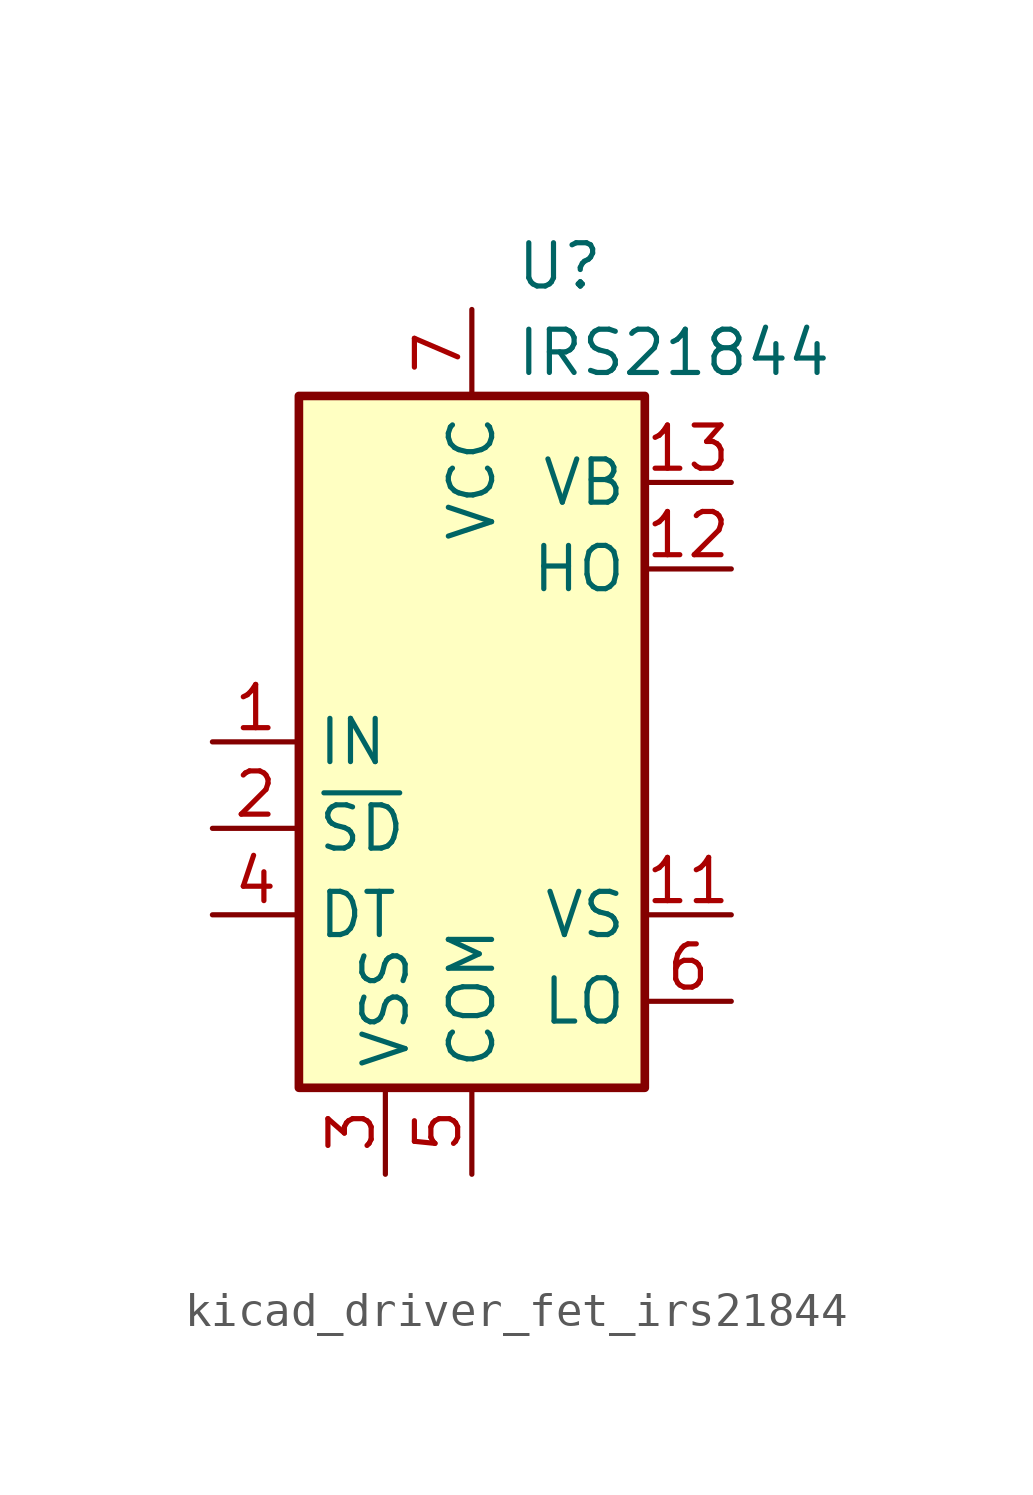
<source format=kicad_sym>
(kicad_symbol_lib
  (version 20220914)
  (generator kicad_symbol_editor)
  (symbol "kicad_driver_fet_irs21844"
    (property "Reference" "U"
      (at 1.27 13.97 0)
      (effects (font (size 1.27 1.27)) (justify left)))
    (property "Value" "IRS21844"
      (at 1.27 11.43 0)
      (effects (font (size 1.27 1.27)) (justify left)))
    (symbol "kicad_driver_fet_irs21844_0_1"
      (rectangle (start -5.08 -10.16) (end 5.08 10.16) (stroke (width 0.254) (type default)) (fill (type background))))
    (symbol "kicad_driver_fet_irs21844_1_1"
      (pin input line (at -7.62 0 0) (length 2.54) (name "IN" (effects (font (size 1.27 1.27)))) (number "1" (effects (font (size 1.27 1.27)))))
      (pin no_connect line (at -5.08 2.54 0) (length 2.54) hide (name "NC" (effects (font (size 1.27 1.27)))) (number "10" (effects (font (size 1.27 1.27)))))
      (pin passive line (at 7.62 -5.08 180) (length 2.54) (name "VS" (effects (font (size 1.27 1.27)))) (number "11" (effects (font (size 1.27 1.27)))))
      (pin output line (at 7.62 5.08 180) (length 2.54) (name "HO" (effects (font (size 1.27 1.27)))) (number "12" (effects (font (size 1.27 1.27)))))
      (pin passive line (at 7.62 7.62 180) (length 2.54) (name "VB" (effects (font (size 1.27 1.27)))) (number "13" (effects (font (size 1.27 1.27)))))
      (pin no_connect line (at 5.08 2.54 180) (length 2.54) hide (name "NC" (effects (font (size 1.27 1.27)))) (number "14" (effects (font (size 1.27 1.27)))))
      (pin input line (at -7.62 -2.54 0) (length 2.54) (name "~{SD}" (effects (font (size 1.27 1.27)))) (number "2" (effects (font (size 1.27 1.27)))))
      (pin power_in line (at -2.54 -12.7 90) (length 2.54) (name "VSS" (effects (font (size 1.27 1.27)))) (number "3" (effects (font (size 1.27 1.27)))))
      (pin input line (at -7.62 -5.08 0) (length 2.54) (name "DT" (effects (font (size 1.27 1.27)))) (number "4" (effects (font (size 1.27 1.27)))))
      (pin power_in line (at 0 -12.7 90) (length 2.54) (name "COM" (effects (font (size 1.27 1.27)))) (number "5" (effects (font (size 1.27 1.27)))))
      (pin output line (at 7.62 -7.62 180) (length 2.54) (name "LO" (effects (font (size 1.27 1.27)))) (number "6" (effects (font (size 1.27 1.27)))))
      (pin power_in line (at 0 12.7 270) (length 2.54) (name "VCC" (effects (font (size 1.27 1.27)))) (number "7" (effects (font (size 1.27 1.27)))))
      (pin no_connect line (at -5.08 7.62 0) (length 2.54) hide (name "NC" (effects (font (size 1.27 1.27)))) (number "8" (effects (font (size 1.27 1.27)))))
      (pin no_connect line (at -5.08 5.08 0) (length 2.54) hide (name "NC" (effects (font (size 1.27 1.27)))) (number "9" (effects (font (size 1.27 1.27))))))))
</source>
